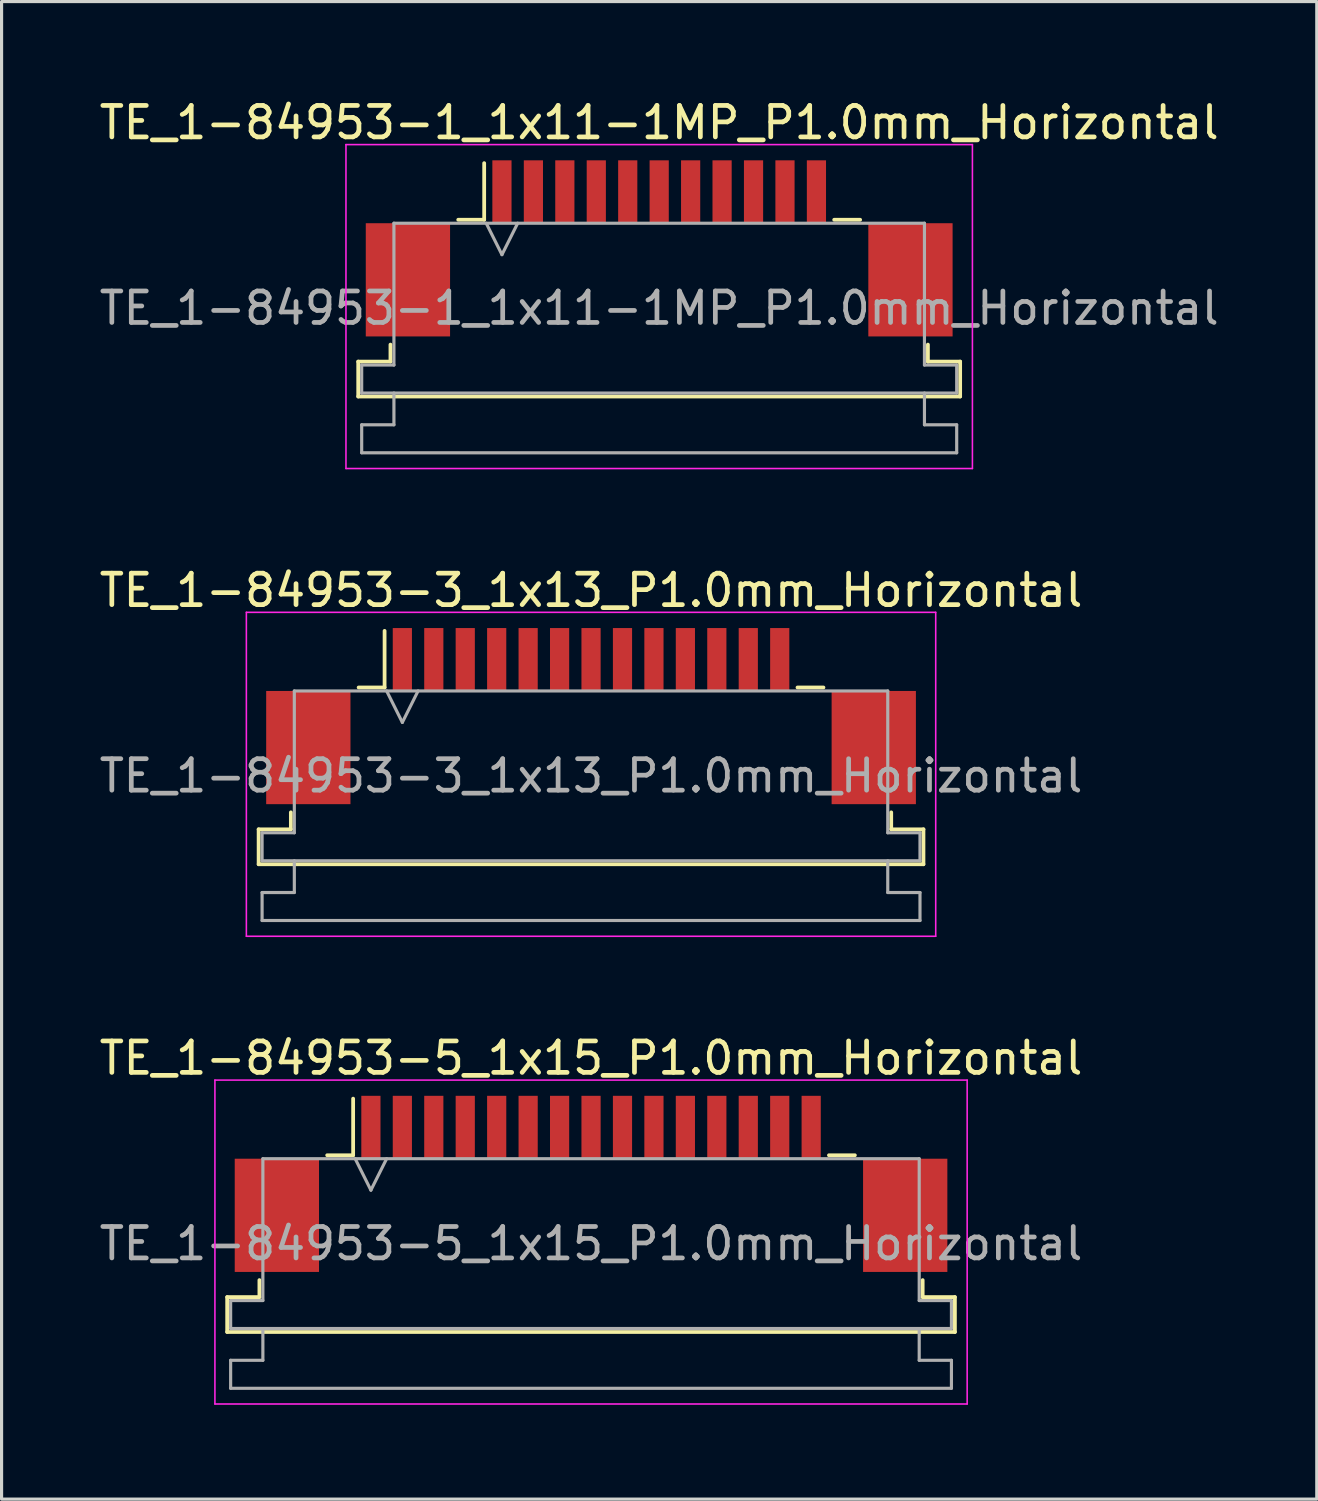
<source format=kicad_pcb>
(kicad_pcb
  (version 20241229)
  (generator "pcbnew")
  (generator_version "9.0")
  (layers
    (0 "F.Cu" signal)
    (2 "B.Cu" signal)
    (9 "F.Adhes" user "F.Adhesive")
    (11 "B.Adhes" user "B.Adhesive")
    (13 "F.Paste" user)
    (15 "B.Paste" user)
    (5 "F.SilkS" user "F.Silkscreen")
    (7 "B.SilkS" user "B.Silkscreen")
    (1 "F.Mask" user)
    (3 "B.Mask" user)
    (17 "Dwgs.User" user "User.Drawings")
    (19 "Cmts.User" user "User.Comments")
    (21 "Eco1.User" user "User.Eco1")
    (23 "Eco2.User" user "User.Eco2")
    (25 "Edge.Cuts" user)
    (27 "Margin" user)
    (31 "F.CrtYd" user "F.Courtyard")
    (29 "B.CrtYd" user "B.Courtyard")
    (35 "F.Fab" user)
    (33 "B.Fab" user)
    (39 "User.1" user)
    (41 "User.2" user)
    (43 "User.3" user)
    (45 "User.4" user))
  (footprint "TE_1-84953-1_1x11-1MP_P1.0mm_Horizontal"
    (layer "F.Cu")
    (at 17.911 4.848)
    (property "Reference" "TE_1-84953-1_1x11-1MP_P1.0mm_Horizontal" (at 0 -4 0) (layer "F.SilkS") (effects (font (size 1 1) (thickness 0.15))))
    (attr smd)
    (fp_line (start -9.57 3.6) (end -8.545 3.6) (stroke (width 0.12) (type solid)) (layer "F.SilkS"))
    (fp_line (start -9.57 4.71) (end -9.57 3.6) (stroke (width 0.12) (type solid)) (layer "F.SilkS"))
    (fp_line (start -8.545 3.6) (end -8.545 3.06) (stroke (width 0.12) (type solid)) (layer "F.SilkS"))
    (fp_line (start -6.39 -0.91) (end -5.565 -0.91) (stroke (width 0.12) (type solid)) (layer "F.SilkS"))
    (fp_line (start -5.565 -0.91) (end -5.565 -2.71) (stroke (width 0.12) (type solid)) (layer "F.SilkS"))
    (fp_line (start 5.565 -0.91) (end 6.39 -0.91) (stroke (width 0.12) (type solid)) (layer "F.SilkS"))
    (fp_line (start 8.545 3.06) (end 8.545 3.6) (stroke (width 0.12) (type solid)) (layer "F.SilkS"))
    (fp_line (start 8.545 3.6) (end 9.57 3.6) (stroke (width 0.12) (type solid)) (layer "F.SilkS"))
    (fp_line (start 9.57 3.6) (end 9.57 4.71) (stroke (width 0.12) (type solid)) (layer "F.SilkS"))
    (fp_line (start 9.57 4.71) (end -9.57 4.71) (stroke (width 0.12) (type solid)) (layer "F.SilkS"))
    (fp_line (start -9.96 -3.3) (end -9.96 7) (stroke (width 0.05) (type solid)) (layer "F.CrtYd"))
    (fp_line (start -9.96 7) (end 9.96 7) (stroke (width 0.05) (type solid)) (layer "F.CrtYd"))
    (fp_line (start 9.96 -3.3) (end -9.96 -3.3) (stroke (width 0.05) (type solid)) (layer "F.CrtYd"))
    (fp_line (start 9.96 7) (end 9.96 -3.3) (stroke (width 0.05) (type solid)) (layer "F.CrtYd"))
    (fp_line (start -9.46 3.71) (end -8.435 3.71) (stroke (width 0.1) (type solid)) (layer "F.Fab"))
    (fp_line (start -9.46 4.6) (end -9.46 3.71) (stroke (width 0.1) (type solid)) (layer "F.Fab"))
    (fp_line (start -9.46 5.61) (end -8.435 5.61) (stroke (width 0.1) (type solid)) (layer "F.Fab"))
    (fp_line (start -9.46 6.5) (end -9.46 5.61) (stroke (width 0.1) (type solid)) (layer "F.Fab"))
    (fp_line (start -8.435 -0.8) (end 8.435 -0.8) (stroke (width 0.1) (type solid)) (layer "F.Fab"))
    (fp_line (start -8.435 3.71) (end -8.435 -0.8) (stroke (width 0.1) (type solid)) (layer "F.Fab"))
    (fp_line (start -8.435 5.61) (end -8.435 4.6) (stroke (width 0.1) (type solid)) (layer "F.Fab"))
    (fp_line (start -5.5 -0.8) (end -5 0.2) (stroke (width 0.1) (type solid)) (layer "F.Fab"))
    (fp_line (start -5 0.2) (end -4.5 -0.8) (stroke (width 0.1) (type solid)) (layer "F.Fab"))
    (fp_line (start 8.435 -0.8) (end 8.435 3.71) (stroke (width 0.1) (type solid)) (layer "F.Fab"))
    (fp_line (start 8.435 3.71) (end 9.46 3.71) (stroke (width 0.1) (type solid)) (layer "F.Fab"))
    (fp_line (start 8.435 4.6) (end 8.435 5.61) (stroke (width 0.1) (type solid)) (layer "F.Fab"))
    (fp_line (start 8.435 5.61) (end 9.46 5.61) (stroke (width 0.1) (type solid)) (layer "F.Fab"))
    (fp_line (start 9.46 3.71) (end 9.46 4.6) (stroke (width 0.1) (type solid)) (layer "F.Fab"))
    (fp_line (start 9.46 4.6) (end -9.46 4.6) (stroke (width 0.1) (type solid)) (layer "F.Fab"))
    (fp_line (start 9.46 5.61) (end 9.46 6.5) (stroke (width 0.1) (type solid)) (layer "F.Fab"))
    (fp_line (start 9.46 6.5) (end -9.46 6.5) (stroke (width 0.1) (type solid)) (layer "F.Fab"))
    (fp_text user "${REFERENCE}" (at 0 1.9 0) (layer "F.Fab") (effects (font (size 1 1) (thickness 0.15))))
    (pad "1" smd rect (at -5 -1.8) (size 0.61 2) (layers "F.Cu" "F.Mask" "F.Paste"))
    (pad "2" smd rect (at -4 -1.8) (size 0.61 2) (layers "F.Cu" "F.Mask" "F.Paste"))
    (pad "3" smd rect (at -3 -1.8) (size 0.61 2) (layers "F.Cu" "F.Mask" "F.Paste"))
    (pad "4" smd rect (at -2 -1.8) (size 0.61 2) (layers "F.Cu" "F.Mask" "F.Paste"))
    (pad "5" smd rect (at -1 -1.8) (size 0.61 2) (layers "F.Cu" "F.Mask" "F.Paste"))
    (pad "6" smd rect (at 0 -1.8) (size 0.61 2) (layers "F.Cu" "F.Mask" "F.Paste"))
    (pad "7" smd rect (at 1 -1.8) (size 0.61 2) (layers "F.Cu" "F.Mask" "F.Paste"))
    (pad "8" smd rect (at 2 -1.8) (size 0.61 2) (layers "F.Cu" "F.Mask" "F.Paste"))
    (pad "9" smd rect (at 3 -1.8) (size 0.61 2) (layers "F.Cu" "F.Mask" "F.Paste"))
    (pad "10" smd rect (at 4 -1.8) (size 0.61 2) (layers "F.Cu" "F.Mask" "F.Paste"))
    (pad "11" smd rect (at 5 -1.8) (size 0.61 2) (layers "F.Cu" "F.Mask" "F.Paste"))
    (pad "MP" smd rect (at -7.99 1) (size 2.68 3.6) (layers "F.Cu" "F.Mask" "F.Paste"))
    (pad "MP" smd rect (at 7.99 1) (size 2.68 3.6) (layers "F.Cu" "F.Mask" "F.Paste")))
  (footprint "TE_1-84953-5_1x15_P1.0mm_Horizontal"
    (layer "F.Cu")
    (at 15.744 34.595)
    (property "Reference" "TE_1-84953-5_1x15_P1.0mm_Horizontal" (at 0 -4 0) (layer "F.SilkS") (effects (font (size 1 1) (thickness 0.15))))
    (attr smd)
    (fp_line (start -11.57 3.6) (end -10.545 3.6) (stroke (width 0.12) (type solid)) (layer "F.SilkS"))
    (fp_line (start -11.57 4.71) (end -11.57 3.6) (stroke (width 0.12) (type solid)) (layer "F.SilkS"))
    (fp_line (start -10.545 3.6) (end -10.545 3.06) (stroke (width 0.12) (type solid)) (layer "F.SilkS"))
    (fp_line (start -8.39 -0.91) (end -7.565 -0.91) (stroke (width 0.12) (type solid)) (layer "F.SilkS"))
    (fp_line (start -7.565 -0.91) (end -7.565 -2.71) (stroke (width 0.12) (type solid)) (layer "F.SilkS"))
    (fp_line (start 7.565 -0.91) (end 8.39 -0.91) (stroke (width 0.12) (type solid)) (layer "F.SilkS"))
    (fp_line (start 10.545 3.06) (end 10.545 3.6) (stroke (width 0.12) (type solid)) (layer "F.SilkS"))
    (fp_line (start 10.545 3.6) (end 11.57 3.6) (stroke (width 0.12) (type solid)) (layer "F.SilkS"))
    (fp_line (start 11.57 3.6) (end 11.57 4.71) (stroke (width 0.12) (type solid)) (layer "F.SilkS"))
    (fp_line (start 11.57 4.71) (end -11.57 4.71) (stroke (width 0.12) (type solid)) (layer "F.SilkS"))
    (fp_line (start -11.96 -3.3) (end -11.96 7) (stroke (width 0.05) (type solid)) (layer "F.CrtYd"))
    (fp_line (start -11.96 7) (end 11.96 7) (stroke (width 0.05) (type solid)) (layer "F.CrtYd"))
    (fp_line (start 11.96 -3.3) (end -11.96 -3.3) (stroke (width 0.05) (type solid)) (layer "F.CrtYd"))
    (fp_line (start 11.96 7) (end 11.96 -3.3) (stroke (width 0.05) (type solid)) (layer "F.CrtYd"))
    (fp_line (start -11.46 3.71) (end -10.435 3.71) (stroke (width 0.1) (type solid)) (layer "F.Fab"))
    (fp_line (start -11.46 4.6) (end -11.46 3.71) (stroke (width 0.1) (type solid)) (layer "F.Fab"))
    (fp_line (start -11.46 5.61) (end -10.435 5.61) (stroke (width 0.1) (type solid)) (layer "F.Fab"))
    (fp_line (start -11.46 6.5) (end -11.46 5.61) (stroke (width 0.1) (type solid)) (layer "F.Fab"))
    (fp_line (start -10.435 -0.8) (end 10.435 -0.8) (stroke (width 0.1) (type solid)) (layer "F.Fab"))
    (fp_line (start -10.435 3.71) (end -10.435 -0.8) (stroke (width 0.1) (type solid)) (layer "F.Fab"))
    (fp_line (start -10.435 5.61) (end -10.435 4.6) (stroke (width 0.1) (type solid)) (layer "F.Fab"))
    (fp_line (start -7.5 -0.8) (end -7 0.2) (stroke (width 0.1) (type solid)) (layer "F.Fab"))
    (fp_line (start -7 0.2) (end -6.5 -0.8) (stroke (width 0.1) (type solid)) (layer "F.Fab"))
    (fp_line (start 10.435 -0.8) (end 10.435 3.71) (stroke (width 0.1) (type solid)) (layer "F.Fab"))
    (fp_line (start 10.435 3.71) (end 11.46 3.71) (stroke (width 0.1) (type solid)) (layer "F.Fab"))
    (fp_line (start 10.435 4.6) (end 10.435 5.61) (stroke (width 0.1) (type solid)) (layer "F.Fab"))
    (fp_line (start 10.435 5.61) (end 11.46 5.61) (stroke (width 0.1) (type solid)) (layer "F.Fab"))
    (fp_line (start 11.46 3.71) (end 11.46 4.6) (stroke (width 0.1) (type solid)) (layer "F.Fab"))
    (fp_line (start 11.46 4.6) (end -11.46 4.6) (stroke (width 0.1) (type solid)) (layer "F.Fab"))
    (fp_line (start 11.46 5.61) (end 11.46 6.5) (stroke (width 0.1) (type solid)) (layer "F.Fab"))
    (fp_line (start 11.46 6.5) (end -11.46 6.5) (stroke (width 0.1) (type solid)) (layer "F.Fab"))
    (fp_text user "${REFERENCE}" (at 0 1.9 0) (layer "F.Fab") (effects (font (size 1 1) (thickness 0.15))))
    (pad "" smd rect (at -9.99 1) (size 2.68 3.6) (layers "F.Cu" "F.Mask" "F.Paste"))
    (pad "" smd rect (at 9.99 1) (size 2.68 3.6) (layers "F.Cu" "F.Mask" "F.Paste"))
    (pad "1" smd rect (at -7 -1.8) (size 0.61 2) (layers "F.Cu" "F.Mask" "F.Paste"))
    (pad "2" smd rect (at -6 -1.8) (size 0.61 2) (layers "F.Cu" "F.Mask" "F.Paste"))
    (pad "3" smd rect (at -5 -1.8) (size 0.61 2) (layers "F.Cu" "F.Mask" "F.Paste"))
    (pad "4" smd rect (at -4 -1.8) (size 0.61 2) (layers "F.Cu" "F.Mask" "F.Paste"))
    (pad "5" smd rect (at -3 -1.8) (size 0.61 2) (layers "F.Cu" "F.Mask" "F.Paste"))
    (pad "6" smd rect (at -2 -1.8) (size 0.61 2) (layers "F.Cu" "F.Mask" "F.Paste"))
    (pad "7" smd rect (at -1 -1.8) (size 0.61 2) (layers "F.Cu" "F.Mask" "F.Paste"))
    (pad "8" smd rect (at 0 -1.8) (size 0.61 2) (layers "F.Cu" "F.Mask" "F.Paste"))
    (pad "9" smd rect (at 1 -1.8) (size 0.61 2) (layers "F.Cu" "F.Mask" "F.Paste"))
    (pad "10" smd rect (at 2 -1.8) (size 0.61 2) (layers "F.Cu" "F.Mask" "F.Paste"))
    (pad "11" smd rect (at 3 -1.8) (size 0.61 2) (layers "F.Cu" "F.Mask" "F.Paste"))
    (pad "12" smd rect (at 4 -1.8) (size 0.61 2) (layers "F.Cu" "F.Mask" "F.Paste"))
    (pad "13" smd rect (at 5 -1.8) (size 0.61 2) (layers "F.Cu" "F.Mask" "F.Paste"))
    (pad "14" smd rect (at 6 -1.8) (size 0.61 2) (layers "F.Cu" "F.Mask" "F.Paste"))
    (pad "15" smd rect (at 7 -1.8) (size 0.61 2) (layers "F.Cu" "F.Mask" "F.Paste")))
  (footprint "TE_1-84953-3_1x13_P1.0mm_Horizontal"
    (layer "F.Cu")
    (at 15.744 19.721)
    (property "Reference" "TE_1-84953-3_1x13_P1.0mm_Horizontal" (at 0 -4 0) (layer "F.SilkS") (effects (font (size 1 1) (thickness 0.15))))
    (attr smd)
    (fp_line (start -10.57 3.6) (end -9.545 3.6) (stroke (width 0.12) (type solid)) (layer "F.SilkS"))
    (fp_line (start -10.57 4.71) (end -10.57 3.6) (stroke (width 0.12) (type solid)) (layer "F.SilkS"))
    (fp_line (start -9.545 3.6) (end -9.545 3.06) (stroke (width 0.12) (type solid)) (layer "F.SilkS"))
    (fp_line (start -7.39 -0.91) (end -6.565 -0.91) (stroke (width 0.12) (type solid)) (layer "F.SilkS"))
    (fp_line (start -6.565 -0.91) (end -6.565 -2.71) (stroke (width 0.12) (type solid)) (layer "F.SilkS"))
    (fp_line (start 6.565 -0.91) (end 7.39 -0.91) (stroke (width 0.12) (type solid)) (layer "F.SilkS"))
    (fp_line (start 9.545 3.06) (end 9.545 3.6) (stroke (width 0.12) (type solid)) (layer "F.SilkS"))
    (fp_line (start 9.545 3.6) (end 10.57 3.6) (stroke (width 0.12) (type solid)) (layer "F.SilkS"))
    (fp_line (start 10.57 3.6) (end 10.57 4.71) (stroke (width 0.12) (type solid)) (layer "F.SilkS"))
    (fp_line (start 10.57 4.71) (end -10.57 4.71) (stroke (width 0.12) (type solid)) (layer "F.SilkS"))
    (fp_line (start -10.96 -3.3) (end -10.96 7) (stroke (width 0.05) (type solid)) (layer "F.CrtYd"))
    (fp_line (start -10.96 7) (end 10.96 7) (stroke (width 0.05) (type solid)) (layer "F.CrtYd"))
    (fp_line (start 10.96 -3.3) (end -10.96 -3.3) (stroke (width 0.05) (type solid)) (layer "F.CrtYd"))
    (fp_line (start 10.96 7) (end 10.96 -3.3) (stroke (width 0.05) (type solid)) (layer "F.CrtYd"))
    (fp_line (start -10.46 3.71) (end -9.435 3.71) (stroke (width 0.1) (type solid)) (layer "F.Fab"))
    (fp_line (start -10.46 4.6) (end -10.46 3.71) (stroke (width 0.1) (type solid)) (layer "F.Fab"))
    (fp_line (start -10.46 5.61) (end -9.435 5.61) (stroke (width 0.1) (type solid)) (layer "F.Fab"))
    (fp_line (start -10.46 6.5) (end -10.46 5.61) (stroke (width 0.1) (type solid)) (layer "F.Fab"))
    (fp_line (start -9.435 -0.8) (end 9.435 -0.8) (stroke (width 0.1) (type solid)) (layer "F.Fab"))
    (fp_line (start -9.435 3.71) (end -9.435 -0.8) (stroke (width 0.1) (type solid)) (layer "F.Fab"))
    (fp_line (start -9.435 5.61) (end -9.435 4.6) (stroke (width 0.1) (type solid)) (layer "F.Fab"))
    (fp_line (start -6.5 -0.8) (end -6 0.2) (stroke (width 0.1) (type solid)) (layer "F.Fab"))
    (fp_line (start -6 0.2) (end -5.5 -0.8) (stroke (width 0.1) (type solid)) (layer "F.Fab"))
    (fp_line (start 9.435 -0.8) (end 9.435 3.71) (stroke (width 0.1) (type solid)) (layer "F.Fab"))
    (fp_line (start 9.435 3.71) (end 10.46 3.71) (stroke (width 0.1) (type solid)) (layer "F.Fab"))
    (fp_line (start 9.435 4.6) (end 9.435 5.61) (stroke (width 0.1) (type solid)) (layer "F.Fab"))
    (fp_line (start 9.435 5.61) (end 10.46 5.61) (stroke (width 0.1) (type solid)) (layer "F.Fab"))
    (fp_line (start 10.46 3.71) (end 10.46 4.6) (stroke (width 0.1) (type solid)) (layer "F.Fab"))
    (fp_line (start 10.46 4.6) (end -10.46 4.6) (stroke (width 0.1) (type solid)) (layer "F.Fab"))
    (fp_line (start 10.46 5.61) (end 10.46 6.5) (stroke (width 0.1) (type solid)) (layer "F.Fab"))
    (fp_line (start 10.46 6.5) (end -10.46 6.5) (stroke (width 0.1) (type solid)) (layer "F.Fab"))
    (fp_text user "${REFERENCE}" (at 0 1.9 0) (layer "F.Fab") (effects (font (size 1 1) (thickness 0.15))))
    (pad "" smd rect (at -8.99 1) (size 2.68 3.6) (layers "F.Cu" "F.Mask" "F.Paste"))
    (pad "" smd rect (at 8.99 1) (size 2.68 3.6) (layers "F.Cu" "F.Mask" "F.Paste"))
    (pad "1" smd rect (at -6 -1.8) (size 0.61 2) (layers "F.Cu" "F.Mask" "F.Paste"))
    (pad "2" smd rect (at -5 -1.8) (size 0.61 2) (layers "F.Cu" "F.Mask" "F.Paste"))
    (pad "3" smd rect (at -4 -1.8) (size 0.61 2) (layers "F.Cu" "F.Mask" "F.Paste"))
    (pad "4" smd rect (at -3 -1.8) (size 0.61 2) (layers "F.Cu" "F.Mask" "F.Paste"))
    (pad "5" smd rect (at -2 -1.8) (size 0.61 2) (layers "F.Cu" "F.Mask" "F.Paste"))
    (pad "6" smd rect (at -1 -1.8) (size 0.61 2) (layers "F.Cu" "F.Mask" "F.Paste"))
    (pad "7" smd rect (at 0 -1.8) (size 0.61 2) (layers "F.Cu" "F.Mask" "F.Paste"))
    (pad "8" smd rect (at 1 -1.8) (size 0.61 2) (layers "F.Cu" "F.Mask" "F.Paste"))
    (pad "9" smd rect (at 2 -1.8) (size 0.61 2) (layers "F.Cu" "F.Mask" "F.Paste"))
    (pad "10" smd rect (at 3 -1.8) (size 0.61 2) (layers "F.Cu" "F.Mask" "F.Paste"))
    (pad "11" smd rect (at 4 -1.8) (size 0.61 2) (layers "F.Cu" "F.Mask" "F.Paste"))
    (pad "12" smd rect (at 5 -1.8) (size 0.61 2) (layers "F.Cu" "F.Mask" "F.Paste"))
    (pad "13" smd rect (at 6 -1.8) (size 0.61 2) (layers "F.Cu" "F.Mask" "F.Paste")))
  (gr_rect
    (start -3 -3)
    (end 38.821 44.62)
    (stroke (width 0.1) (type default))
    (fill no)
    (layer "Edge.Cuts")))
</source>
